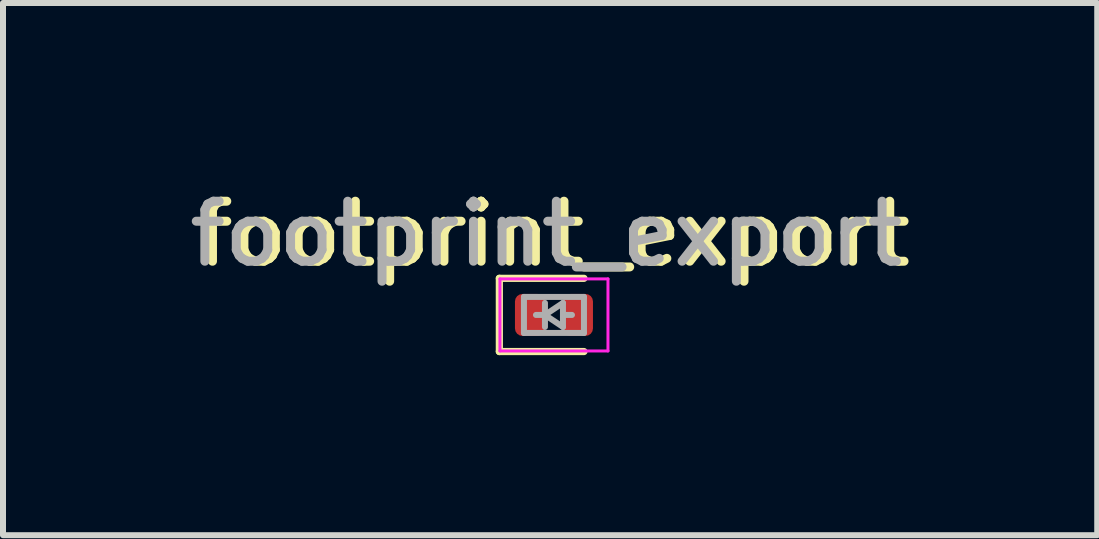
<source format=kicad_pcb>
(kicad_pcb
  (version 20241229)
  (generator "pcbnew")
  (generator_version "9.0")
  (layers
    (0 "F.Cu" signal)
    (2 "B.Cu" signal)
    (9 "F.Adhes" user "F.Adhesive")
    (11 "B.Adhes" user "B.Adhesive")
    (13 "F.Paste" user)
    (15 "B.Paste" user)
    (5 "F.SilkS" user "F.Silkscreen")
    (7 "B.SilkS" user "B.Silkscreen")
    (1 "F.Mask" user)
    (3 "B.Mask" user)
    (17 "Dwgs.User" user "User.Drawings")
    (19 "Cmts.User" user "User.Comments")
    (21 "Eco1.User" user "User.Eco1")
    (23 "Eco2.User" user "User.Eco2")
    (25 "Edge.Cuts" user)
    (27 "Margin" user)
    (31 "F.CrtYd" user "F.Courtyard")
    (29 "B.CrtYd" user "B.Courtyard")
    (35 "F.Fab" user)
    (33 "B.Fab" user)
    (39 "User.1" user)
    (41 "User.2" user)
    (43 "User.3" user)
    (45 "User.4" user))
  (footprint "footprint_export"
    (layer "F.Cu")
    (at 6.181 2.198)
    (property "Reference" "footprint_export" (at 0 -1.35 0) (layer "F.SilkS") (effects (font (size 1 1) (thickness 0.15))))
    (attr smd)
    (fp_line (start -0.91 -0.61) (end -0.91 0.61) (stroke (width 0.12) (type solid)) (layer "F.SilkS"))
    (fp_line (start -0.91 -0.61) (end 0.5 -0.61) (stroke (width 0.12) (type solid)) (layer "F.SilkS"))
    (fp_line (start -0.91 0.61) (end 0.5 0.61) (stroke (width 0.12) (type solid)) (layer "F.SilkS"))
    (fp_line (start -0.9 -0.6) (end -0.9 0.6) (stroke (width 0.05) (type solid)) (layer "F.CrtYd"))
    (fp_line (start -0.9 -0.6) (end 0.9 -0.6) (stroke (width 0.05) (type solid)) (layer "F.CrtYd"))
    (fp_line (start 0.9 -0.6) (end 0.9 0.6) (stroke (width 0.05) (type solid)) (layer "F.CrtYd"))
    (fp_line (start 0.9 0.6) (end -0.9 0.6) (stroke (width 0.05) (type solid)) (layer "F.CrtYd"))
    (fp_line (start -0.5 -0.3) (end 0.5 -0.3) (stroke (width 0.1) (type solid)) (layer "F.Fab"))
    (fp_line (start -0.5 0.3) (end -0.5 -0.3) (stroke (width 0.1) (type solid)) (layer "F.Fab"))
    (fp_line (start -0.15 0) (end -0.3 0) (stroke (width 0.1) (type solid)) (layer "F.Fab"))
    (fp_line (start -0.15 0) (end 0.15 0.2) (stroke (width 0.1) (type solid)) (layer "F.Fab"))
    (fp_line (start -0.15 0.2) (end -0.15 -0.2) (stroke (width 0.1) (type solid)) (layer "F.Fab"))
    (fp_line (start 0.15 -0.2) (end -0.15 0) (stroke (width 0.1) (type solid)) (layer "F.Fab"))
    (fp_line (start 0.15 0) (end 0.3 0) (stroke (width 0.1) (type solid)) (layer "F.Fab"))
    (fp_line (start 0.15 0.2) (end 0.15 -0.2) (stroke (width 0.1) (type solid)) (layer "F.Fab"))
    (fp_line (start 0.5 -0.3) (end 0.5 0.3) (stroke (width 0.1) (type solid)) (layer "F.Fab"))
    (fp_line (start 0.5 0.3) (end -0.5 0.3) (stroke (width 0.1) (type solid)) (layer "F.Fab"))
    (fp_text user "${REFERENCE}" (at -0.127 -1.35 0) (layer "F.Fab") (effects (font (size 1 1) (thickness 0.15))))
    (pad "" smd roundrect (at -0.35 0) (size 0.3 0.6) (layers "F.Paste") (roundrect_rratio 0.25))
    (pad "" smd roundrect (at 0.35 0) (size 0.3 0.6) (layers "F.Paste") (roundrect_rratio 0.25))
    (pad "1" smd roundrect (at -0.4 0) (size 0.5 0.7) (layers "F.Cu" "F.Mask") (roundrect_rratio 0.25))
    (pad "2" smd roundrect (at 0.4 0) (size 0.5 0.7) (layers "F.Cu" "F.Mask") (roundrect_rratio 0.25)))
  (gr_rect
    (start -3 -3)
    (end 15.234 5.868)
    (stroke (width 0.1) (type default))
    (fill no)
    (layer "Edge.Cuts")))
</source>
